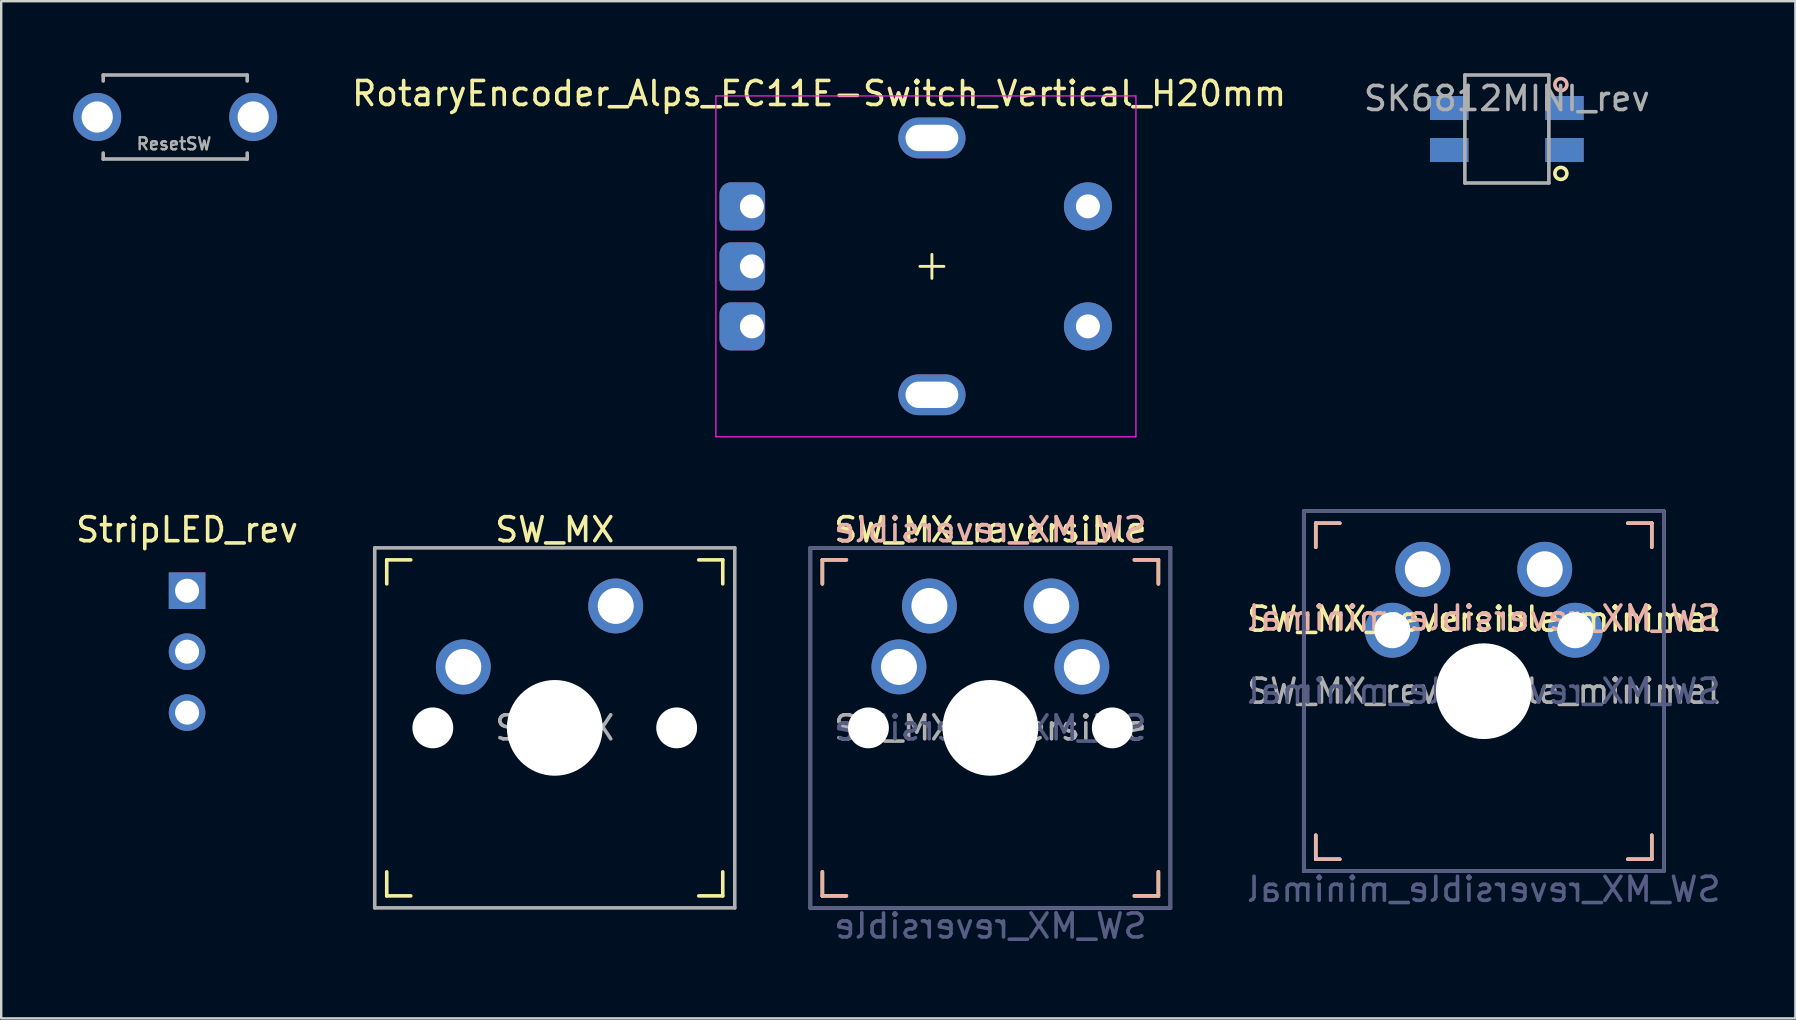
<source format=kicad_pcb>
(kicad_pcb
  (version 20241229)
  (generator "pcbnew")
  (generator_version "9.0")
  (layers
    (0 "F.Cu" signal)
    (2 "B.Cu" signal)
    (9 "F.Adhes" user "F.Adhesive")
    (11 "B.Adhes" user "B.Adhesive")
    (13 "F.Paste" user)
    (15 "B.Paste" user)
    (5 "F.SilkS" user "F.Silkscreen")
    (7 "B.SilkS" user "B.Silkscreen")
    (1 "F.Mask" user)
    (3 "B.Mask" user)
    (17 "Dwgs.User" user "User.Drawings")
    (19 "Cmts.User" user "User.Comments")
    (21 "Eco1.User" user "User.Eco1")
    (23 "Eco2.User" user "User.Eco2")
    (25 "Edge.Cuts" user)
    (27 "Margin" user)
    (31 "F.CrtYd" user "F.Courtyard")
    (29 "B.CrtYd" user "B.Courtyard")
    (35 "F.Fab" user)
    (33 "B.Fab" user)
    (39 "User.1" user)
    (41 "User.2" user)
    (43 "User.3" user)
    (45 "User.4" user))
  (footprint "SW_MX"
    (layer "F.Cu")
    (at 20.063 27.276)
    (property "Reference" "SW_MX" (at 0 -8.255 0) (layer "F.SilkS") (effects (font (size 1 1) (thickness 0.15))))
    (attr through_hole)
    (fp_line (start -7 -6) (end -7 -7) (stroke (width 0.15) (type solid)) (layer "F.SilkS"))
    (fp_line (start -7 7) (end -7 6) (stroke (width 0.15) (type solid)) (layer "F.SilkS"))
    (fp_line (start -7 7) (end -6 7) (stroke (width 0.15) (type solid)) (layer "F.SilkS"))
    (fp_line (start -6 -7) (end -7 -7) (stroke (width 0.15) (type solid)) (layer "F.SilkS"))
    (fp_line (start 6 7) (end 7 7) (stroke (width 0.15) (type solid)) (layer "F.SilkS"))
    (fp_line (start 7 -7) (end 6 -7) (stroke (width 0.15) (type solid)) (layer "F.SilkS"))
    (fp_line (start 7 -7) (end 7 -6) (stroke (width 0.15) (type solid)) (layer "F.SilkS"))
    (fp_line (start 7 6) (end 7 7) (stroke (width 0.15) (type solid)) (layer "F.SilkS"))
    (fp_line (start -6.9 6.9) (end -6.9 -6.9) (stroke (width 0.15) (type solid)) (layer "Eco2.User"))
    (fp_line (start -6.9 6.9) (end 6.9 6.9) (stroke (width 0.15) (type solid)) (layer "Eco2.User"))
    (fp_line (start 6.9 -6.9) (end -6.9 -6.9) (stroke (width 0.15) (type solid)) (layer "Eco2.User"))
    (fp_line (start 6.9 -6.9) (end 6.9 6.9) (stroke (width 0.15) (type solid)) (layer "Eco2.User"))
    (fp_line (start -7.5 -7.5) (end 7.5 -7.5) (stroke (width 0.15) (type solid)) (layer "F.Fab"))
    (fp_line (start -7.5 7.5) (end -7.5 -7.5) (stroke (width 0.15) (type solid)) (layer "F.Fab"))
    (fp_line (start 7.5 -7.5) (end 7.5 7.5) (stroke (width 0.15) (type solid)) (layer "F.Fab"))
    (fp_line (start 7.5 7.5) (end -7.5 7.5) (stroke (width 0.15) (type solid)) (layer "F.Fab"))
    (fp_text user "${REFERENCE}" (at 0 0 0) (layer "F.Fab") (effects (font (size 1 1) (thickness 0.15))))
    (pad "" np_thru_hole circle (at -5.08 0) (size 1.702 1.702) (drill 1.702) (layers "*.Cu" "*.Mask"))
    (pad "" np_thru_hole circle (at 0 0) (size 3.988 3.988) (drill 3.988) (layers "*.Cu" "*.Mask"))
    (pad "" np_thru_hole circle (at 5.08 0) (size 1.702 1.702) (drill 1.702) (layers "*.Cu" "*.Mask"))
    (pad "1" thru_hole circle (at 2.54 -5.08) (size 2.286 2.286) (drill 1.499) (layers "*.Cu" "*.Mask"))
    (pad "2" thru_hole circle (at -3.81 -2.54) (size 2.286 2.286) (drill 1.499) (layers "*.Cu" "*.Mask")))
  (footprint "SK6812MINI_rev"
    (layer "F.Cu")
    (at 59.732 2.325)
    (property "Reference" "SK6812MINI_rev" (at 0 -1.27 0) (layer "F.Fab") (effects (font (size 1 1) (thickness 0.15))))
    (attr through_hole)
    (fp_circle (center 2.25 1.85) (end 2.25 1.6) (stroke (width 0.15) (type solid)) (fill no) (layer "F.SilkS"))
    (fp_circle (center 2.25 -1.85) (end 2.25 -2.1) (stroke (width 0.15) (type solid)) (fill no) (layer "B.SilkS"))
    (fp_line (start -1.75 -2.25) (end -1.75 2.25) (stroke (width 0.15) (type solid)) (layer "F.Fab"))
    (fp_line (start -1.75 -2.25) (end 1.75 -2.25) (stroke (width 0.15) (type solid)) (layer "F.Fab"))
    (fp_line (start 1.75 -2.25) (end 1.75 2.25) (stroke (width 0.15) (type solid)) (layer "F.Fab"))
    (fp_line (start 1.75 2.25) (end -1.75 2.25) (stroke (width 0.15) (type solid)) (layer "F.Fab"))
    (pad "1" smd rect (at -2.4 -0.875) (size 1.6 1) (layers "B.Cu" "B.Mask" "B.Paste"))
    (pad "1" smd rect (at -2.4 0.875) (size 1.6 1) (layers "F.Cu" "F.Mask" "F.Paste"))
    (pad "2" smd rect (at -2.4 -0.875) (size 1.6 1) (layers "F.Cu" "F.Mask" "F.Paste"))
    (pad "2" smd rect (at -2.4 0.875) (size 1.6 1) (layers "B.Cu" "B.Mask" "B.Paste"))
    (pad "3" smd rect (at 2.4 -0.875) (size 1.6 1) (layers "F.Cu" "F.Mask" "F.Paste"))
    (pad "3" smd rect (at 2.4 0.875) (size 1.6 1) (layers "B.Cu" "B.Mask" "B.Paste"))
    (pad "4" smd rect (at 2.4 -0.875) (size 1.6 1) (layers "B.Cu" "B.Mask" "B.Paste"))
    (pad "4" smd rect (at 2.4 0.875) (size 1.6 1) (layers "F.Cu" "F.Mask" "F.Paste")))
  (footprint "RotaryEncoder_Alps_EC11E-Switch_Vertical_H20mm"
    (layer "F.Cu")
    (at 28.277 5.548)
    (property "Reference" "RotaryEncoder_Alps_EC11E-Switch_Vertical_H20mm" (at 2.8 -4.7 0) (layer "F.SilkS") (effects (font (size 1 1) (thickness 0.15))))
    (attr through_hole)
    (fp_line (start 7 2.5) (end 8 2.5) (stroke (width 0.12) (type solid)) (layer "F.SilkS"))
    (fp_line (start 7.5 2) (end 7.5 3) (stroke (width 0.12) (type solid)) (layer "F.SilkS"))
    (fp_line (start -1.5 -4.6) (end -1.5 9.6) (stroke (width 0.05) (type solid)) (layer "F.CrtYd"))
    (fp_line (start -1.5 -4.6) (end 16 -4.6) (stroke (width 0.05) (type solid)) (layer "F.CrtYd"))
    (fp_line (start 16 9.6) (end -1.5 9.6) (stroke (width 0.05) (type solid)) (layer "F.CrtYd"))
    (fp_line (start 16 9.6) (end 16 -4.6) (stroke (width 0.05) (type solid)) (layer "F.CrtYd"))
    (pad "A" thru_hole roundrect (at 0 0) (size 1.9 2) (drill 1 (offset -0.4 0)) (layers "*.Cu" "*.Mask") (roundrect_rratio 0.25))
    (pad "B" thru_hole roundrect (at 0 5) (size 1.9 2) (drill 1 (offset -0.4 0)) (layers "*.Cu" "*.Mask") (roundrect_rratio 0.25))
    (pad "C" thru_hole roundrect (at 0 2.5) (size 1.9 2) (drill 1 (offset -0.4 0)) (layers "*.Cu" "*.Mask") (roundrect_rratio 0.25))
    (pad "MP" thru_hole oval (at 7.5 -2.85) (size 2.8 1.7) (drill oval 2.2 1.1) (layers "*.Cu" "*.Mask"))
    (pad "MP" thru_hole oval (at 7.5 7.85) (size 2.8 1.7) (drill oval 2.2 1.1) (layers "*.Cu" "*.Mask"))
    (pad "S1" thru_hole circle (at 14 0) (size 2 2) (drill 1) (layers "*.Cu" "*.Mask"))
    (pad "S2" thru_hole circle (at 14 5) (size 2 2) (drill 1) (layers "*.Cu" "*.Mask")))
  (footprint "SW_MX_reversible"
    (layer "F.Cu")
    (at 38.213 27.276)
    (property "Reference" "SW_MX_reversible" (at 0 -8.255 0) (layer "F.SilkS") (effects (font (size 1 1) (thickness 0.15))))
    (property "Value" "SW_MX_reversible" (at 0 8.255 0) (layer "F.Fab") (hide yes) (effects (font (size 1 1) (thickness 0.15))))
    (attr through_hole)
    (fp_line (start -7 -7) (end -6 -7) (stroke (width 0.15) (type solid)) (layer "F.SilkS"))
    (fp_line (start -7 -6) (end -7 -7) (stroke (width 0.15) (type solid)) (layer "F.SilkS"))
    (fp_line (start -7 7) (end -7 6) (stroke (width 0.15) (type solid)) (layer "F.SilkS"))
    (fp_line (start -6 7) (end -7 7) (stroke (width 0.15) (type solid)) (layer "F.SilkS"))
    (fp_line (start 6 -7) (end 7 -7) (stroke (width 0.15) (type solid)) (layer "F.SilkS"))
    (fp_line (start 7 -7) (end 7 -6) (stroke (width 0.15) (type solid)) (layer "F.SilkS"))
    (fp_line (start 7 6) (end 7 7) (stroke (width 0.15) (type solid)) (layer "F.SilkS"))
    (fp_line (start 7 7) (end 6 7) (stroke (width 0.15) (type solid)) (layer "F.SilkS"))
    (fp_line (start -7 -7) (end -6 -7) (stroke (width 0.15) (type solid)) (layer "B.SilkS"))
    (fp_line (start -7 -6) (end -7 -7) (stroke (width 0.15) (type solid)) (layer "B.SilkS"))
    (fp_line (start -7 7) (end -7 6) (stroke (width 0.15) (type solid)) (layer "B.SilkS"))
    (fp_line (start -6 7) (end -7 7) (stroke (width 0.15) (type solid)) (layer "B.SilkS"))
    (fp_line (start 6 -7) (end 7 -7) (stroke (width 0.15) (type solid)) (layer "B.SilkS"))
    (fp_line (start 7 -7) (end 7 -6) (stroke (width 0.15) (type solid)) (layer "B.SilkS"))
    (fp_line (start 7 6) (end 7 7) (stroke (width 0.15) (type solid)) (layer "B.SilkS"))
    (fp_line (start 7 7) (end 6 7) (stroke (width 0.15) (type solid)) (layer "B.SilkS"))
    (fp_line (start -6.9 6.9) (end -6.9 -6.9) (stroke (width 0.15) (type solid)) (layer "Eco2.User"))
    (fp_line (start -6.9 6.9) (end 6.9 6.9) (stroke (width 0.15) (type solid)) (layer "Eco2.User"))
    (fp_line (start 6.9 -6.9) (end -6.9 -6.9) (stroke (width 0.15) (type solid)) (layer "Eco2.User"))
    (fp_line (start 6.9 -6.9) (end 6.9 6.9) (stroke (width 0.15) (type solid)) (layer "Eco2.User"))
    (fp_line (start -7.5 -7.5) (end 7.5 -7.5) (stroke (width 0.15) (type solid)) (layer "B.Fab"))
    (fp_line (start -7.5 7.5) (end -7.5 -7.5) (stroke (width 0.15) (type solid)) (layer "B.Fab"))
    (fp_line (start 7.5 -7.5) (end 7.5 7.5) (stroke (width 0.15) (type solid)) (layer "B.Fab"))
    (fp_line (start 7.5 7.5) (end -7.5 7.5) (stroke (width 0.15) (type solid)) (layer "B.Fab"))
    (fp_line (start -7.5 -7.5) (end 7.5 -7.5) (stroke (width 0.15) (type solid)) (layer "F.Fab"))
    (fp_line (start -7.5 7.5) (end -7.5 -7.5) (stroke (width 0.15) (type solid)) (layer "F.Fab"))
    (fp_line (start 7.5 -7.5) (end 7.5 7.5) (stroke (width 0.15) (type solid)) (layer "F.Fab"))
    (fp_line (start 7.5 7.5) (end -7.5 7.5) (stroke (width 0.15) (type solid)) (layer "F.Fab"))
    (fp_text user "${REFERENCE}" (at 0 -8.255 0) (layer "B.SilkS") (effects (font (size 1 1) (thickness 0.15)) (justify mirror)))
    (fp_text user "${VALUE}" (at 0 8.255 0) (layer "B.Fab") (effects (font (size 1 1) (thickness 0.15)) (justify mirror)))
    (fp_text user "${REFERENCE}" (at 0 0 0) (layer "B.Fab") (effects (font (size 1 1) (thickness 0.15)) (justify mirror)))
    (fp_text user "${REFERENCE}" (at 0 0 0) (layer "F.Fab") (effects (font (size 1 1) (thickness 0.15))))
    (pad "" np_thru_hole circle (at -5.08 0) (size 1.702 1.702) (drill 1.702) (layers "*.Cu" "*.Mask"))
    (pad "" np_thru_hole circle (at 0 0) (size 3.988 3.988) (drill 3.988) (layers "*.Cu" "*.Mask"))
    (pad "" np_thru_hole circle (at 5.08 0) (size 1.702 1.702) (drill 1.702) (layers "*.Cu" "*.Mask"))
    (pad "1" thru_hole circle (at -3.81 -2.54) (size 2.286 2.286) (drill 1.499) (layers "*.Cu" "*.Mask"))
    (pad "1" thru_hole circle (at -2.54 -5.08) (size 2.286 2.286) (drill 1.499) (layers "*.Cu" "*.Mask"))
    (pad "2" thru_hole circle (at 2.54 -5.08) (size 2.286 2.286) (drill 1.499) (layers "*.Cu" "*.Mask"))
    (pad "2" thru_hole circle (at 3.81 -2.54) (size 2.286 2.286) (drill 1.499) (layers "*.Cu" "*.Mask")))
  (footprint "SW_MX_reversible_minimal"
    (layer "F.Cu")
    (at 58.77 25.748)
    (property "Reference" "SW_MX_reversible_minimal" (at 0 -3 0) (layer "F.SilkS") (effects (font (size 1 1) (thickness 0.15))))
    (property "Value" "SW_MX_reversible_minimal" (at 0 8.255 0) (layer "F.Fab") (hide yes) (effects (font (size 1 1) (thickness 0.15))))
    (attr through_hole)
    (fp_line (start -7 -7) (end -6 -7) (stroke (width 0.15) (type solid)) (layer "F.SilkS"))
    (fp_line (start -7 -6) (end -7 -7) (stroke (width 0.15) (type solid)) (layer "F.SilkS"))
    (fp_line (start -7 7) (end -7 6) (stroke (width 0.15) (type solid)) (layer "F.SilkS"))
    (fp_line (start -6 7) (end -7 7) (stroke (width 0.15) (type solid)) (layer "F.SilkS"))
    (fp_line (start 6 -7) (end 7 -7) (stroke (width 0.15) (type solid)) (layer "F.SilkS"))
    (fp_line (start 7 -7) (end 7 -6) (stroke (width 0.15) (type solid)) (layer "F.SilkS"))
    (fp_line (start 7 6) (end 7 7) (stroke (width 0.15) (type solid)) (layer "F.SilkS"))
    (fp_line (start 7 7) (end 6 7) (stroke (width 0.15) (type solid)) (layer "F.SilkS"))
    (fp_line (start -7 -7) (end -6 -7) (stroke (width 0.15) (type solid)) (layer "B.SilkS"))
    (fp_line (start -7 -6) (end -7 -7) (stroke (width 0.15) (type solid)) (layer "B.SilkS"))
    (fp_line (start -7 7) (end -7 6) (stroke (width 0.15) (type solid)) (layer "B.SilkS"))
    (fp_line (start -6 7) (end -7 7) (stroke (width 0.15) (type solid)) (layer "B.SilkS"))
    (fp_line (start 6 -7) (end 7 -7) (stroke (width 0.15) (type solid)) (layer "B.SilkS"))
    (fp_line (start 7 -7) (end 7 -6) (stroke (width 0.15) (type solid)) (layer "B.SilkS"))
    (fp_line (start 7 6) (end 7 7) (stroke (width 0.15) (type solid)) (layer "B.SilkS"))
    (fp_line (start 7 7) (end 6 7) (stroke (width 0.15) (type solid)) (layer "B.SilkS"))
    (fp_line (start -6.9 6.9) (end -6.9 -6.9) (stroke (width 0.15) (type solid)) (layer "Eco2.User"))
    (fp_line (start -6.9 6.9) (end 6.9 6.9) (stroke (width 0.15) (type solid)) (layer "Eco2.User"))
    (fp_line (start 6.9 -6.9) (end -6.9 -6.9) (stroke (width 0.15) (type solid)) (layer "Eco2.User"))
    (fp_line (start 6.9 -6.9) (end 6.9 6.9) (stroke (width 0.15) (type solid)) (layer "Eco2.User"))
    (fp_line (start -7.5 -7.5) (end 7.5 -7.5) (stroke (width 0.15) (type solid)) (layer "B.Fab"))
    (fp_line (start -7.5 7.5) (end -7.5 -7.5) (stroke (width 0.15) (type solid)) (layer "B.Fab"))
    (fp_line (start 7.5 -7.5) (end 7.5 7.5) (stroke (width 0.15) (type solid)) (layer "B.Fab"))
    (fp_line (start 7.5 7.5) (end -7.5 7.5) (stroke (width 0.15) (type solid)) (layer "B.Fab"))
    (fp_line (start -7.5 -7.5) (end 7.5 -7.5) (stroke (width 0.15) (type solid)) (layer "F.Fab"))
    (fp_line (start -7.5 7.5) (end -7.5 -7.5) (stroke (width 0.15) (type solid)) (layer "F.Fab"))
    (fp_line (start 7.5 -7.5) (end 7.5 7.5) (stroke (width 0.15) (type solid)) (layer "F.Fab"))
    (fp_line (start 7.5 7.5) (end -7.5 7.5) (stroke (width 0.15) (type solid)) (layer "F.Fab"))
    (fp_text user "${REFERENCE}" (at 0 -3.048 0) (layer "B.SilkS") (effects (font (size 1 1) (thickness 0.15)) (justify mirror)))
    (fp_text user "${REFERENCE}" (at 0 0 0) (layer "B.Fab") (effects (font (size 1 1) (thickness 0.15)) (justify mirror)))
    (fp_text user "${VALUE}" (at 0 8.255 0) (layer "B.Fab") (effects (font (size 1 1) (thickness 0.15)) (justify mirror)))
    (fp_text user "${REFERENCE}" (at 0 0 0) (layer "F.Fab") (effects (font (size 1 1) (thickness 0.15))))
    (pad "" np_thru_hole circle (at 0 0) (size 3.988 3.988) (drill 3.988) (layers "*.Cu" "*.Mask"))
    (pad "1" thru_hole circle (at -3.81 -2.54) (size 2.286 2.286) (drill 1.499) (layers "*.Cu" "*.Mask"))
    (pad "1" thru_hole circle (at -2.54 -5.08) (size 2.286 2.286) (drill 1.499) (layers "*.Cu" "*.Mask"))
    (pad "2" thru_hole circle (at 2.54 -5.08) (size 2.286 2.286) (drill 1.499) (layers "*.Cu" "*.Mask"))
    (pad "2" thru_hole circle (at 3.81 -2.54) (size 2.286 2.286) (drill 1.499) (layers "*.Cu" "*.Mask")))
  (footprint "StripLED_rev"
    (layer "F.Cu")
    (at 4.744 21.561)
    (property "Reference" "StripLED_rev" (at 0 -2.54 0) (layer "F.SilkS") (effects (font (size 1 1) (thickness 0.15))))
    (attr through_hole)
    (pad "1" thru_hole circle (at 0 5.08) (size 1.524 1.524) (drill 1) (layers "*.Cu" "*.Mask"))
    (pad "2" thru_hole circle (at 0 2.54) (size 1.524 1.524) (drill 1) (layers "*.Cu" "*.Mask"))
    (pad "3" thru_hole rect (at 0 0) (size 1.524 1.524) (drill 1) (layers "*.Cu" "*.Mask")))
  (footprint "ResetSW"
    (layer "F.Cu")
    (at 4.25 1.825)
    (property "Reference" "ResetSW" (at -0.051 1.118 0) (layer "F.Fab") (effects (font (size 0.5 0.5) (thickness 0.1))))
    (attr through_hole)
    (fp_line (start -3 -1.75) (end -3 -1.5) (stroke (width 0.15) (type solid)) (layer "F.Fab"))
    (fp_line (start -3 -1.75) (end 3 -1.75) (stroke (width 0.15) (type solid)) (layer "F.Fab"))
    (fp_line (start -3 1.75) (end -3 1.5) (stroke (width 0.15) (type solid)) (layer "F.Fab"))
    (fp_line (start -3 1.75) (end 3 1.75) (stroke (width 0.15) (type solid)) (layer "F.Fab"))
    (fp_line (start 3 -1.75) (end 3 -1.5) (stroke (width 0.15) (type solid)) (layer "F.Fab"))
    (fp_line (start 3 1.75) (end 3 1.5) (stroke (width 0.15) (type solid)) (layer "F.Fab"))
    (pad "1" thru_hole circle (at 3.25 0) (size 2 2) (drill 1.3) (layers "*.Cu" "*.Mask"))
    (pad "2" thru_hole circle (at -3.25 0) (size 2 2) (drill 1.3) (layers "*.Cu" "*.Mask")))
  (gr_rect
    (start -3 -3)
    (end 71.752 39.38)
    (stroke (width 0.1) (type default))
    (fill no)
    (layer "Edge.Cuts")))
</source>
